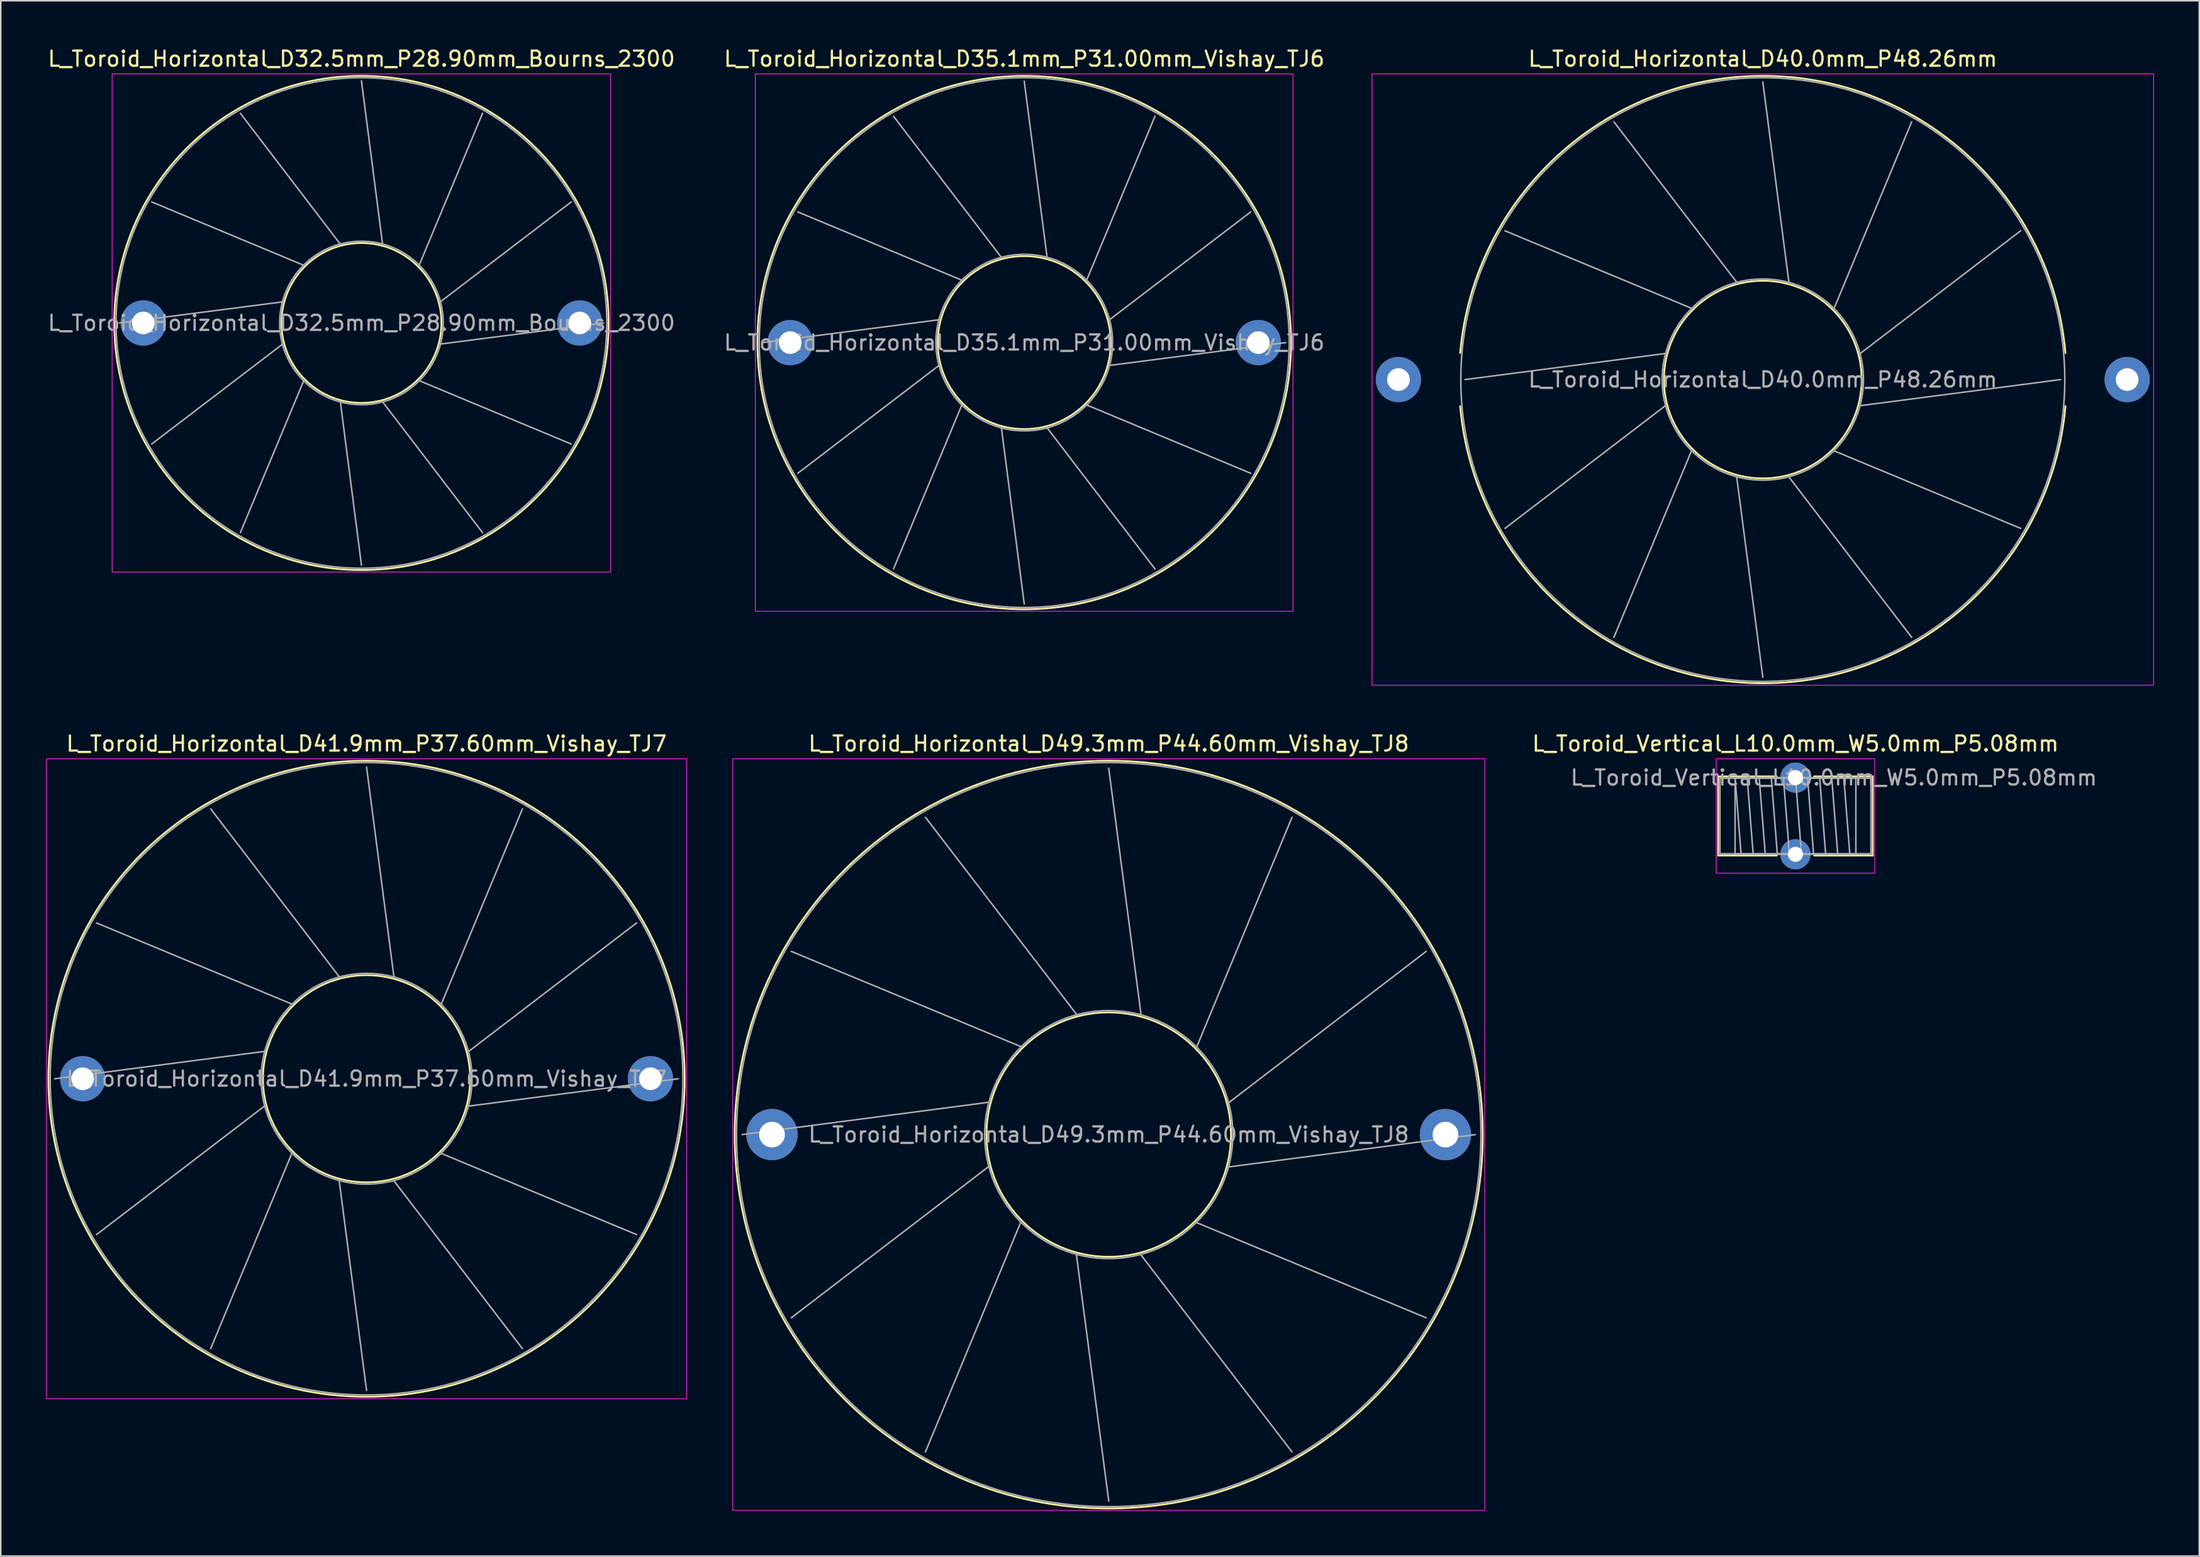
<source format=kicad_pcb>
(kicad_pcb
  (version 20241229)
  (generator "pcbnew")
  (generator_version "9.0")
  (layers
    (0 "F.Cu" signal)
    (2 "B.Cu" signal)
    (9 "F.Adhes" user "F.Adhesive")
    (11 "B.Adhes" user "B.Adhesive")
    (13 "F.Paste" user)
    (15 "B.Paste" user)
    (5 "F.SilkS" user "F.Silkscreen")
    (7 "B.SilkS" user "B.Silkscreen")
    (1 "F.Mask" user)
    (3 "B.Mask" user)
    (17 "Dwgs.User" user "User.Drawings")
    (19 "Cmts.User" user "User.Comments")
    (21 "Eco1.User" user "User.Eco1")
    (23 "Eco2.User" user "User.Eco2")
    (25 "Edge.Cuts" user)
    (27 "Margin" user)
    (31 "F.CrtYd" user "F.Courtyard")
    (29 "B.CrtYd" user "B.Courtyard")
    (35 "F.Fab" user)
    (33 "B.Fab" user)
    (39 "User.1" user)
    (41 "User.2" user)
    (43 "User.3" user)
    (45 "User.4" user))
  (footprint "L_Toroid_Horizontal_D49.3mm_P44.60mm_Vishay_TJ8"
    (layer "F.Cu")
    (at 48.075 72.121)
    (property "Reference" "L_Toroid_Horizontal_D49.3mm_P44.60mm_Vishay_TJ8" (at 22.3 -25.9 0) (layer "F.SilkS") (effects (font (size 1 1) (thickness 0.15))))
    (attr through_hole)
    (fp_circle (center 22.3 0) (end 30.397 0) (stroke (width 0.12) (type solid)) (fill no) (layer "F.SilkS"))
    (fp_circle (center 22.3 0) (end 47.07 0) (stroke (width 0.12) (type solid)) (fill no) (layer "F.SilkS"))
    (fp_rect (start -2.6 -24.9) (end 47.2 24.9) (stroke (width 0.05) (type solid)) (fill no) (layer "F.CrtYd"))
    (fp_line (start -1.975 0) (end 14.323 -2.137) (stroke (width 0.1) (type solid)) (layer "F.Fab"))
    (fp_line (start 1.278 -12.137) (end 16.46 -5.84) (stroke (width 0.1) (type solid)) (layer "F.Fab"))
    (fp_line (start 1.278 12.137) (end 14.323 2.137) (stroke (width 0.1) (type solid)) (layer "F.Fab"))
    (fp_line (start 10.163 -21.022) (end 20.163 -7.977) (stroke (width 0.1) (type solid)) (layer "F.Fab"))
    (fp_line (start 10.163 21.022) (end 16.46 5.84) (stroke (width 0.1) (type solid)) (layer "F.Fab"))
    (fp_line (start 22.3 -24.275) (end 24.437 -7.977) (stroke (width 0.1) (type solid)) (layer "F.Fab"))
    (fp_line (start 22.3 24.275) (end 20.163 7.977) (stroke (width 0.1) (type solid)) (layer "F.Fab"))
    (fp_line (start 34.437 -21.022) (end 28.14 -5.84) (stroke (width 0.1) (type solid)) (layer "F.Fab"))
    (fp_line (start 34.437 21.022) (end 24.437 7.977) (stroke (width 0.1) (type solid)) (layer "F.Fab"))
    (fp_line (start 43.322 -12.137) (end 30.277 -2.137) (stroke (width 0.1) (type solid)) (layer "F.Fab"))
    (fp_line (start 43.322 12.137) (end 28.14 5.84) (stroke (width 0.1) (type solid)) (layer "F.Fab"))
    (fp_line (start 46.575 0) (end 30.277 2.137) (stroke (width 0.1) (type solid)) (layer "F.Fab"))
    (fp_circle (center 22.3 0) (end 30.517 0) (stroke (width 0.1) (type solid)) (fill no) (layer "F.Fab"))
    (fp_circle (center 22.3 0) (end 46.95 0) (stroke (width 0.1) (type solid)) (fill no) (layer "F.Fab"))
    (fp_text user "${REFERENCE}" (at 22.3 0 0) (layer "F.Fab") (effects (font (size 1 1) (thickness 0.15))))
    (pad "1" thru_hole circle (at 0 0) (size 3.4 3.4) (drill 1.7) (layers "*.Cu" "*.Mask"))
    (pad "2" thru_hole circle (at 44.6 0) (size 3.4 3.4) (drill 1.7) (layers "*.Cu" "*.Mask")))
  (footprint "L_Toroid_Horizontal_D40.0mm_P48.26mm"
    (layer "F.Cu")
    (at 89.561 22.098)
    (property "Reference" "L_Toroid_Horizontal_D40.0mm_P48.26mm" (at 24.13 -21.25 0) (layer "F.SilkS") (effects (font (size 1 1) (thickness 0.15))))
    (attr through_hole)
    (fp_arc (start 4.087126 -1.76) (mid 24.13 -20.12) (end 44.172874 -1.76) (stroke (width 0.12) (type solid)) (layer "F.SilkS"))
    (fp_arc (start 44.172874 1.76) (mid 24.13 20.12) (end 4.087126 1.76) (stroke (width 0.12) (type solid)) (layer "F.SilkS"))
    (fp_circle (center 24.13 0) (end 30.677 0) (stroke (width 0.12) (type solid)) (fill no) (layer "F.SilkS"))
    (fp_rect (start -1.75 -20.25) (end 50.01 20.25) (stroke (width 0.05) (type solid)) (fill no) (layer "F.CrtYd"))
    (fp_line (start 4.412 0) (end 17.68 -1.728) (stroke (width 0.1) (type solid)) (layer "F.Fab"))
    (fp_line (start 7.054 -9.859) (end 19.408 -4.722) (stroke (width 0.1) (type solid)) (layer "F.Fab"))
    (fp_line (start 7.054 9.859) (end 17.68 1.728) (stroke (width 0.1) (type solid)) (layer "F.Fab"))
    (fp_line (start 14.271 -17.076) (end 22.402 -6.45) (stroke (width 0.1) (type solid)) (layer "F.Fab"))
    (fp_line (start 14.271 17.076) (end 19.408 4.722) (stroke (width 0.1) (type solid)) (layer "F.Fab"))
    (fp_line (start 24.13 -19.718) (end 25.858 -6.45) (stroke (width 0.1) (type solid)) (layer "F.Fab"))
    (fp_line (start 24.13 19.718) (end 22.402 6.45) (stroke (width 0.1) (type solid)) (layer "F.Fab"))
    (fp_line (start 33.989 -17.076) (end 28.852 -4.722) (stroke (width 0.1) (type solid)) (layer "F.Fab"))
    (fp_line (start 33.989 17.076) (end 25.858 6.45) (stroke (width 0.1) (type solid)) (layer "F.Fab"))
    (fp_line (start 41.206 -9.859) (end 30.58 -1.728) (stroke (width 0.1) (type solid)) (layer "F.Fab"))
    (fp_line (start 41.206 9.859) (end 28.852 4.722) (stroke (width 0.1) (type solid)) (layer "F.Fab"))
    (fp_line (start 43.848 0) (end 30.58 1.728) (stroke (width 0.1) (type solid)) (layer "F.Fab"))
    (fp_circle (center 24.13 0) (end 30.797 0) (stroke (width 0.1) (type solid)) (fill no) (layer "F.Fab"))
    (fp_circle (center 24.13 0) (end 44.13 0) (stroke (width 0.1) (type solid)) (fill no) (layer "F.Fab"))
    (fp_text user "${REFERENCE}" (at 24.13 0 0) (layer "F.Fab") (effects (font (size 1 1) (thickness 0.15))))
    (pad "1" thru_hole circle (at 0 0) (size 3 3) (drill 1.5) (layers "*.Cu" "*.Mask"))
    (pad "2" thru_hole circle (at 48.26 0) (size 3 3) (drill 1.5) (layers "*.Cu" "*.Mask")))
  (footprint "L_Toroid_Horizontal_D35.1mm_P31.00mm_Vishay_TJ6"
    (layer "F.Cu")
    (at 49.28 19.648)
    (property "Reference" "L_Toroid_Horizontal_D35.1mm_P31.00mm_Vishay_TJ6" (at 15.5 -18.8 0) (layer "F.SilkS") (effects (font (size 1 1) (thickness 0.15))))
    (attr through_hole)
    (fp_circle (center 15.5 0) (end 21.23 0) (stroke (width 0.12) (type solid)) (fill no) (layer "F.SilkS"))
    (fp_circle (center 15.5 0) (end 33.17 0) (stroke (width 0.12) (type solid)) (fill no) (layer "F.SilkS"))
    (fp_rect (start -2.31 -17.8) (end 33.3 17.8) (stroke (width 0.05) (type solid)) (fill no) (layer "F.CrtYd"))
    (fp_line (start -1.817 0) (end 9.855 -1.513) (stroke (width 0.1) (type solid)) (layer "F.Fab"))
    (fp_line (start 0.503 -8.658) (end 11.367 -4.133) (stroke (width 0.1) (type solid)) (layer "F.Fab"))
    (fp_line (start 0.503 8.658) (end 9.855 1.513) (stroke (width 0.1) (type solid)) (layer "F.Fab"))
    (fp_line (start 6.842 -14.997) (end 13.987 -5.645) (stroke (width 0.1) (type solid)) (layer "F.Fab"))
    (fp_line (start 6.842 14.997) (end 11.367 4.133) (stroke (width 0.1) (type solid)) (layer "F.Fab"))
    (fp_line (start 15.5 -17.317) (end 17.013 -5.645) (stroke (width 0.1) (type solid)) (layer "F.Fab"))
    (fp_line (start 15.5 17.317) (end 13.987 5.645) (stroke (width 0.1) (type solid)) (layer "F.Fab"))
    (fp_line (start 24.158 -14.997) (end 19.633 -4.133) (stroke (width 0.1) (type solid)) (layer "F.Fab"))
    (fp_line (start 24.158 14.997) (end 17.013 5.645) (stroke (width 0.1) (type solid)) (layer "F.Fab"))
    (fp_line (start 30.497 -8.658) (end 21.145 -1.513) (stroke (width 0.1) (type solid)) (layer "F.Fab"))
    (fp_line (start 30.497 8.658) (end 19.633 4.133) (stroke (width 0.1) (type solid)) (layer "F.Fab"))
    (fp_line (start 32.817 0) (end 21.145 1.513) (stroke (width 0.1) (type solid)) (layer "F.Fab"))
    (fp_circle (center 15.5 0) (end 21.35 0) (stroke (width 0.1) (type solid)) (fill no) (layer "F.Fab"))
    (fp_circle (center 15.5 0) (end 33.05 0) (stroke (width 0.1) (type solid)) (fill no) (layer "F.Fab"))
    (fp_text user "${REFERENCE}" (at 15.5 0 0) (layer "F.Fab") (effects (font (size 1 1) (thickness 0.15))))
    (pad "1" thru_hole circle (at 0 0) (size 3 3) (drill 1.5) (layers "*.Cu" "*.Mask"))
    (pad "2" thru_hole circle (at 31 0) (size 3 3) (drill 1.5) (layers "*.Cu" "*.Mask")))
  (footprint "L_Toroid_Horizontal_D32.5mm_P28.90mm_Bourns_2300"
    (layer "F.Cu")
    (at 6.437 18.348)
    (property "Reference" "L_Toroid_Horizontal_D32.5mm_P28.90mm_Bourns_2300" (at 14.45 -17.5 0) (layer "F.SilkS") (effects (font (size 1 1) (thickness 0.15))))
    (attr through_hole)
    (fp_circle (center 14.45 0) (end 19.747 0) (stroke (width 0.12) (type solid)) (fill no) (layer "F.SilkS"))
    (fp_circle (center 14.45 0) (end 30.82 0) (stroke (width 0.12) (type solid)) (fill no) (layer "F.SilkS"))
    (fp_rect (start -2.06 -16.5) (end 30.95 16.5) (stroke (width 0.05) (type solid)) (fill no) (layer "F.CrtYd"))
    (fp_line (start -1.593 0) (end 9.231 -1.398) (stroke (width 0.1) (type solid)) (layer "F.Fab"))
    (fp_line (start 0.557 -8.021) (end 10.63 -3.82) (stroke (width 0.1) (type solid)) (layer "F.Fab"))
    (fp_line (start 0.557 8.021) (end 9.231 1.398) (stroke (width 0.1) (type solid)) (layer "F.Fab"))
    (fp_line (start 6.429 -13.893) (end 13.052 -5.219) (stroke (width 0.1) (type solid)) (layer "F.Fab"))
    (fp_line (start 6.429 13.893) (end 10.63 3.82) (stroke (width 0.1) (type solid)) (layer "F.Fab"))
    (fp_line (start 14.45 -16.043) (end 15.848 -5.219) (stroke (width 0.1) (type solid)) (layer "F.Fab"))
    (fp_line (start 14.45 16.043) (end 13.052 5.219) (stroke (width 0.1) (type solid)) (layer "F.Fab"))
    (fp_line (start 22.471 -13.893) (end 18.27 -3.82) (stroke (width 0.1) (type solid)) (layer "F.Fab"))
    (fp_line (start 22.471 13.893) (end 15.848 5.219) (stroke (width 0.1) (type solid)) (layer "F.Fab"))
    (fp_line (start 28.343 -8.021) (end 19.669 -1.398) (stroke (width 0.1) (type solid)) (layer "F.Fab"))
    (fp_line (start 28.343 8.021) (end 18.27 3.82) (stroke (width 0.1) (type solid)) (layer "F.Fab"))
    (fp_line (start 30.493 0) (end 19.669 1.398) (stroke (width 0.1) (type solid)) (layer "F.Fab"))
    (fp_circle (center 14.45 0) (end 19.867 0) (stroke (width 0.1) (type solid)) (fill no) (layer "F.Fab"))
    (fp_circle (center 14.45 0) (end 30.7 0) (stroke (width 0.1) (type solid)) (fill no) (layer "F.Fab"))
    (fp_text user "${REFERENCE}" (at 14.45 0 0) (layer "F.Fab") (effects (font (size 1 1) (thickness 0.15))))
    (pad "1" thru_hole circle (at 0 0) (size 3 3) (drill 1.5) (layers "*.Cu" "*.Mask"))
    (pad "2" thru_hole circle (at 28.9 0) (size 3 3) (drill 1.5) (layers "*.Cu" "*.Mask")))
  (footprint "L_Toroid_Vertical_L10.0mm_W5.0mm_P5.08mm"
    (layer "F.Cu")
    (at 115.854 48.471)
    (property "Reference" "L_Toroid_Vertical_L10.0mm_W5.0mm_P5.08mm" (at 0 -2.25 0) (layer "F.SilkS") (effects (font (size 1 1) (thickness 0.15))))
    (attr through_hole)
    (fp_line (start -5.12 -0.08) (end -1.237 -0.08) (stroke (width 0.12) (type solid)) (layer "F.SilkS"))
    (fp_line (start -5.12 5.16) (end -5.12 -0.08) (stroke (width 0.12) (type solid)) (layer "F.SilkS"))
    (fp_line (start -1.237 5.16) (end -5.12 5.16) (stroke (width 0.12) (type solid)) (layer "F.SilkS"))
    (fp_line (start 1.237 -0.08) (end 5.12 -0.08) (stroke (width 0.12) (type solid)) (layer "F.SilkS"))
    (fp_line (start 5.12 -0.08) (end 5.12 5.16) (stroke (width 0.12) (type solid)) (layer "F.SilkS"))
    (fp_line (start 5.12 5.16) (end 1.237 5.16) (stroke (width 0.12) (type solid)) (layer "F.SilkS"))
    (fp_rect (start -5.25 -1.25) (end 5.25 6.33) (stroke (width 0.05) (type solid)) (fill no) (layer "F.CrtYd"))
    (fp_line (start -4 0) (end -3.6 5.08) (stroke (width 0.1) (type solid)) (layer "F.Fab"))
    (fp_line (start -3.2 0) (end -2.8 5.08) (stroke (width 0.1) (type solid)) (layer "F.Fab"))
    (fp_line (start -2.4 0) (end -2 5.08) (stroke (width 0.1) (type solid)) (layer "F.Fab"))
    (fp_line (start -1.6 0) (end -1.2 5.08) (stroke (width 0.1) (type solid)) (layer "F.Fab"))
    (fp_line (start -0.8 0) (end -0.4 5.08) (stroke (width 0.1) (type solid)) (layer "F.Fab"))
    (fp_line (start 0 0) (end 0.4 5.08) (stroke (width 0.1) (type solid)) (layer "F.Fab"))
    (fp_line (start 0.8 0) (end 1.2 5.08) (stroke (width 0.1) (type solid)) (layer "F.Fab"))
    (fp_line (start 1.6 0) (end 2 5.08) (stroke (width 0.1) (type solid)) (layer "F.Fab"))
    (fp_line (start 2.4 0) (end 2.8 5.08) (stroke (width 0.1) (type solid)) (layer "F.Fab"))
    (fp_line (start 3.2 0) (end 3.6 5.08) (stroke (width 0.1) (type solid)) (layer "F.Fab"))
    (fp_rect (start -5 0.04) (end 5 5.04) (stroke (width 0.1) (type solid)) (fill no) (layer "F.Fab"))
    (fp_rect (start -4 0) (end 4 5.08) (stroke (width 0.1) (type solid)) (fill no) (layer "F.Fab"))
    (fp_text user "${REFERENCE}" (at 2.54 0 0) (layer "F.Fab") (effects (font (size 1 1) (thickness 0.15))))
    (pad "1" thru_hole circle (at 0 0) (size 2 2) (drill 1) (layers "*.Cu" "*.Mask"))
    (pad "2" thru_hole circle (at 0 5.08) (size 2 2) (drill 1) (layers "*.Cu" "*.Mask")))
  (footprint "L_Toroid_Horizontal_D41.9mm_P37.60mm_Vishay_TJ7"
    (layer "F.Cu")
    (at 2.425 68.421)
    (property "Reference" "L_Toroid_Horizontal_D41.9mm_P37.60mm_Vishay_TJ7" (at 18.8 -22.2 0) (layer "F.SilkS") (effects (font (size 1 1) (thickness 0.15))))
    (attr through_hole)
    (fp_circle (center 18.8 0) (end 25.663 0) (stroke (width 0.12) (type solid)) (fill no) (layer "F.SilkS"))
    (fp_circle (center 18.8 0) (end 39.87 0) (stroke (width 0.12) (type solid)) (fill no) (layer "F.SilkS"))
    (fp_rect (start -2.4 -21.2) (end 40 21.2) (stroke (width 0.05) (type solid)) (fill no) (layer "F.CrtYd"))
    (fp_line (start -1.849 0) (end 12.038 -1.812) (stroke (width 0.1) (type solid)) (layer "F.Fab"))
    (fp_line (start 0.918 -10.324) (end 13.85 -4.95) (stroke (width 0.1) (type solid)) (layer "F.Fab"))
    (fp_line (start 0.918 10.324) (end 12.038 1.812) (stroke (width 0.1) (type solid)) (layer "F.Fab"))
    (fp_line (start 8.476 -17.882) (end 16.988 -6.762) (stroke (width 0.1) (type solid)) (layer "F.Fab"))
    (fp_line (start 8.476 17.882) (end 13.85 4.95) (stroke (width 0.1) (type solid)) (layer "F.Fab"))
    (fp_line (start 18.8 -20.649) (end 20.612 -6.762) (stroke (width 0.1) (type solid)) (layer "F.Fab"))
    (fp_line (start 18.8 20.649) (end 16.988 6.762) (stroke (width 0.1) (type solid)) (layer "F.Fab"))
    (fp_line (start 29.124 -17.882) (end 23.75 -4.95) (stroke (width 0.1) (type solid)) (layer "F.Fab"))
    (fp_line (start 29.124 17.882) (end 20.612 6.762) (stroke (width 0.1) (type solid)) (layer "F.Fab"))
    (fp_line (start 36.682 -10.324) (end 25.562 -1.812) (stroke (width 0.1) (type solid)) (layer "F.Fab"))
    (fp_line (start 36.682 10.324) (end 23.75 4.95) (stroke (width 0.1) (type solid)) (layer "F.Fab"))
    (fp_line (start 39.449 0) (end 25.562 1.812) (stroke (width 0.1) (type solid)) (layer "F.Fab"))
    (fp_circle (center 18.8 0) (end 25.783 0) (stroke (width 0.1) (type solid)) (fill no) (layer "F.Fab"))
    (fp_circle (center 18.8 0) (end 39.75 0) (stroke (width 0.1) (type solid)) (fill no) (layer "F.Fab"))
    (fp_text user "${REFERENCE}" (at 18.8 0 0) (layer "F.Fab") (effects (font (size 1 1) (thickness 0.15))))
    (pad "1" thru_hole circle (at 0 0) (size 3 3) (drill 1.5) (layers "*.Cu" "*.Mask"))
    (pad "2" thru_hole circle (at 37.6 0) (size 3 3) (drill 1.5) (layers "*.Cu" "*.Mask")))
  (gr_rect
    (start -3 -3)
    (end 142.596 100.046)
    (stroke (width 0.1) (type default))
    (fill no)
    (layer "Edge.Cuts")))
</source>
